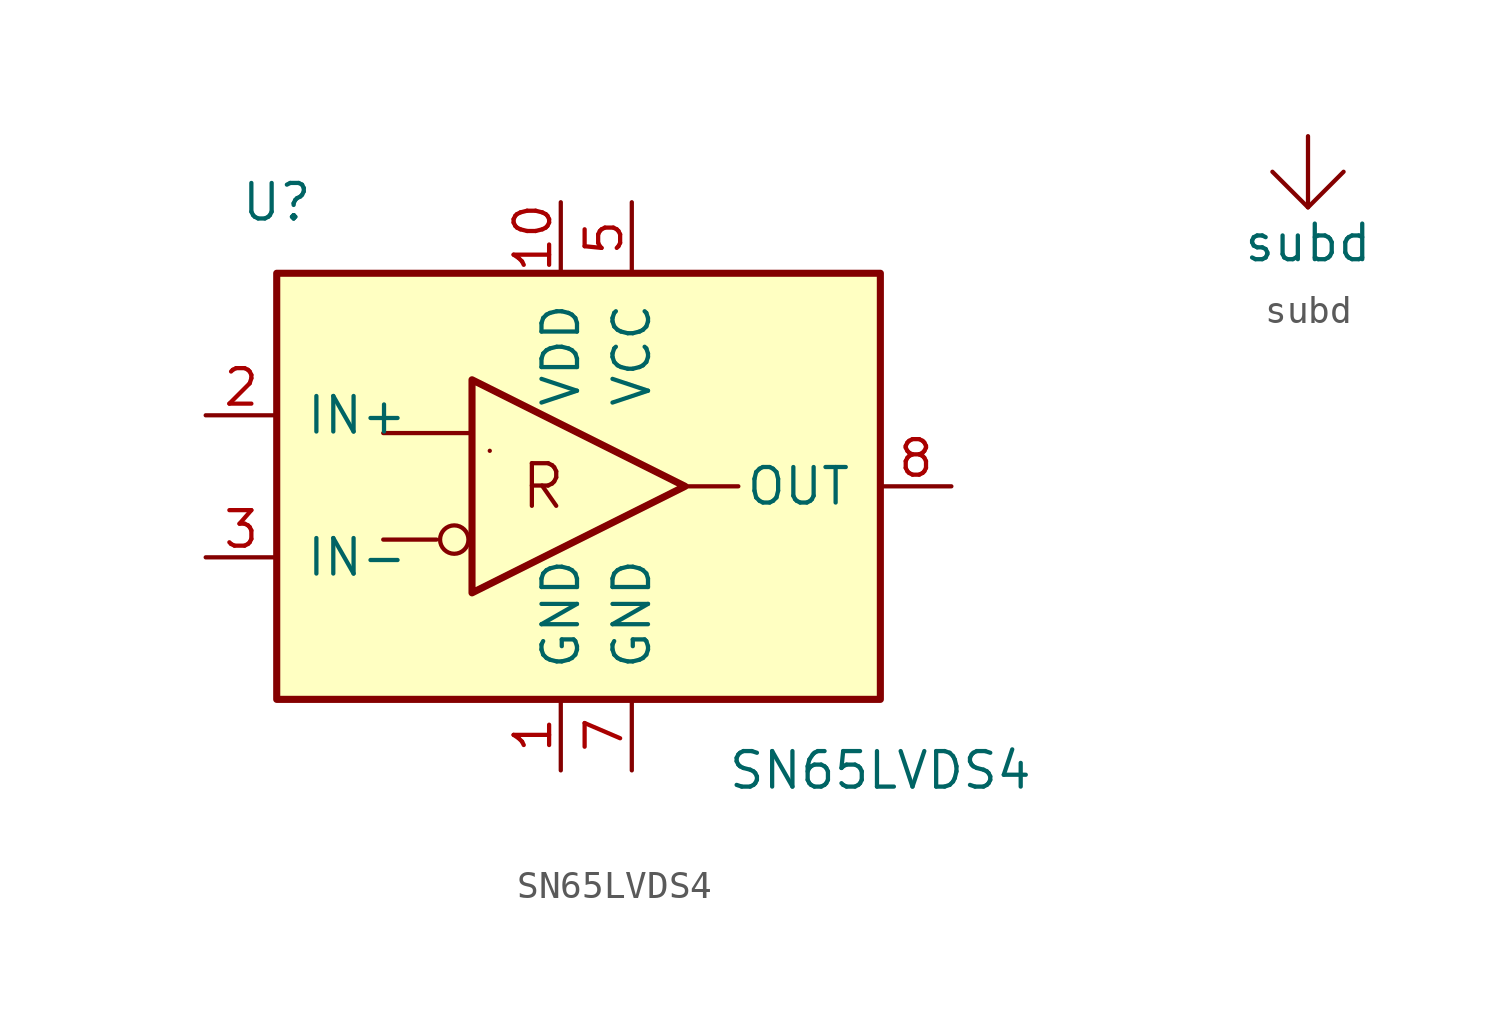
<source format=kicad_sym>
(kicad_symbol_lib
  (version 20220914)
  (generator kicad_symbol_editor)
  (symbol "SN65LVDS4"
    (pin_names
      (offset 1.016))
    (property "Reference" "U"
      (at -11.43 10.16 0)
      (effects (font (size 1.27 1.27))))
    (property "Value" "SN65LVDS4"
      (at 10.16 -10.16 0)
      (effects (font (size 1.27 1.27))))
    (symbol "SN65LVDS4_1_1"
      (rectangle (start -11.43 7.62) (end 10.16 -7.62) (stroke (width 0.254) (type default)) (fill (type background)))
      (circle (center -5.08 -1.905) (radius 0.508) (stroke (width 0) (type default)) (fill (type none)))
      (polyline (pts (xy -7.62 -1.905) (xy -5.715 -1.905)) (stroke (width 0) (type default)) (fill (type none)))
      (polyline (pts (xy -7.62 1.905) (xy -4.445 1.905)) (stroke (width 0) (type default)) (fill (type none)))
      (polyline (pts (xy -3.81 1.27) (xy -3.81 1.27)) (stroke (width 0) (type default)) (fill (type none)))
      (polyline (pts (xy 5.08 0) (xy 3.175 0)) (stroke (width 0) (type default)) (fill (type none)))
      (polyline (pts (xy -4.445 -3.81) (xy -4.445 3.81) (xy 3.175 0) (xy -4.445 -3.81)) (stroke (width 0.254) (type default)) (fill (type none)))
      (text "R" (at -1.905 0 0) (effects (font (size 1.524 1.524))))
      (pin power_in line (at -1.27 -10.16 90) (length 2.54) (name "GND" (effects (font (size 1.27 1.27)))) (number "1" (effects (font (size 1.27 1.27)))))
      (pin power_in line (at -1.27 10.16 270) (length 2.54) (name "VDD" (effects (font (size 1.27 1.27)))) (number "10" (effects (font (size 1.27 1.27)))))
      (pin input line (at -13.97 2.54 0) (length 2.54) (name "IN+" (effects (font (size 1.27 1.27)))) (number "2" (effects (font (size 1.27 1.27)))))
      (pin input line (at -13.97 -2.54 0) (length 2.54) (name "IN-" (effects (font (size 1.27 1.27)))) (number "3" (effects (font (size 1.27 1.27)))))
      (pin no_connect line (at -8.89 -10.16 90) (length 2.54) hide (name "NC" (effects (font (size 1.27 1.27)))) (number "4" (effects (font (size 1.27 1.27)))))
      (pin power_in line (at 1.27 10.16 270) (length 2.54) (name "VCC" (effects (font (size 1.27 1.27)))) (number "5" (effects (font (size 1.27 1.27)))))
      (pin no_connect line (at -7.62 -10.16 90) (length 2.54) hide (name "NC" (effects (font (size 1.27 1.27)))) (number "6" (effects (font (size 1.27 1.27)))))
      (pin power_in line (at 1.27 -10.16 90) (length 2.54) (name "GND" (effects (font (size 1.27 1.27)))) (number "7" (effects (font (size 1.27 1.27)))))
      (pin output line (at 12.7 0 180) (length 2.54) (name "OUT" (effects (font (size 1.27 1.27)))) (number "8" (effects (font (size 1.27 1.27)))))
      (pin no_connect line (at -6.35 -10.16 90) (length 2.54) hide (name "NC" (effects (font (size 1.27 1.27)))) (number "9" (effects (font (size 1.27 1.27)))))))
  (symbol "subd"
    (power)
    (pin_names
      (offset 0))
    (property "Reference" "#PWR"
      (at -1.27 -5.08 0)
      (effects (font (size 1.27 1.27)) hide))
    (property "Value" "subd"
      (at 0 -3.81 0)
      (effects (font (size 1.27 1.27))))
    (symbol "subd_0_0"
      (pin power_in line (at 0 0 270) (length 0) hide (name "subd" (effects (font (size 1.27 1.27)))) (number "1" (effects (font (size 1.27 1.27))))))
    (symbol "subd_0_1"
      (polyline (pts (xy 0 -2.54) (xy 0 0)) (stroke (width 0) (type default)) (fill (type none)))
      (polyline (pts (xy -1.27 -1.27) (xy 0 -2.54) (xy 1.27 -1.27)) (stroke (width 0) (type default)) (fill (type none))))))
</source>
